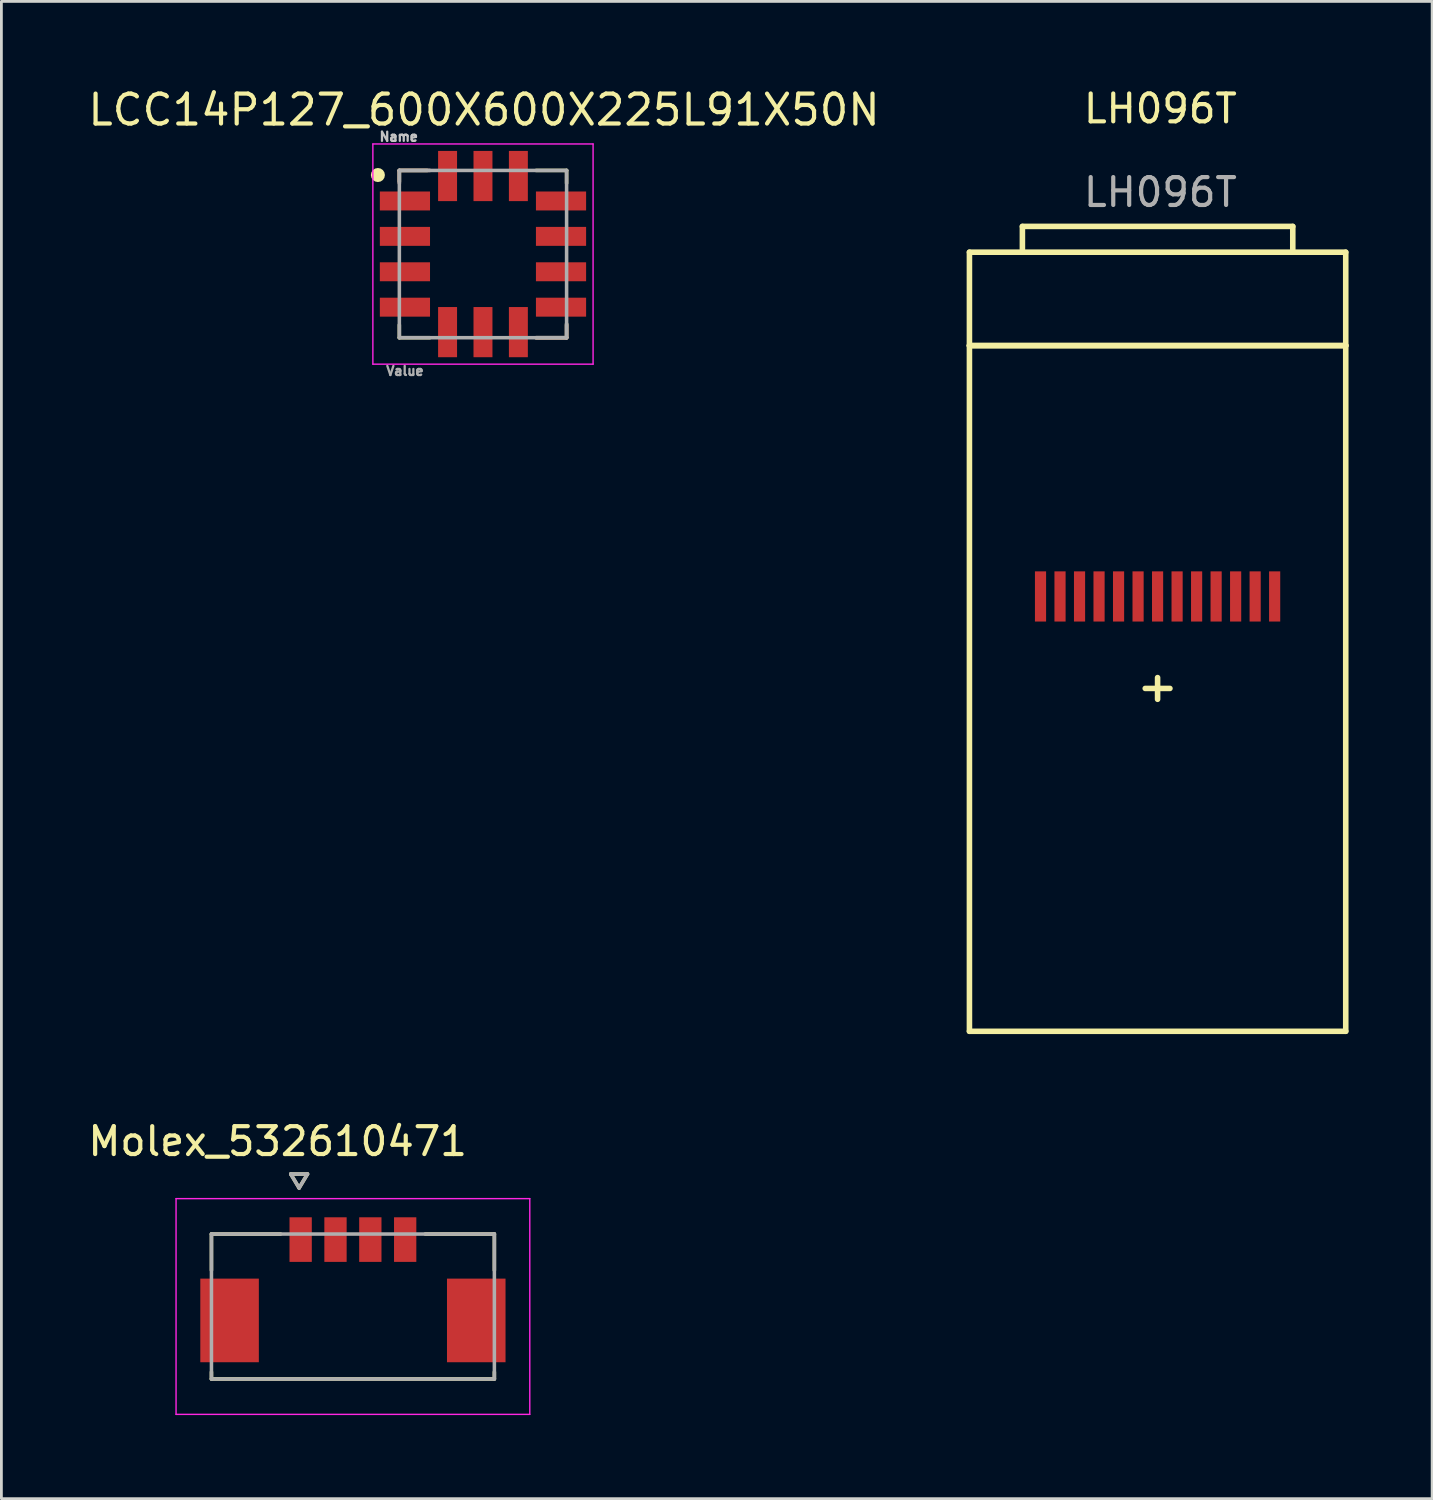
<source format=kicad_pcb>
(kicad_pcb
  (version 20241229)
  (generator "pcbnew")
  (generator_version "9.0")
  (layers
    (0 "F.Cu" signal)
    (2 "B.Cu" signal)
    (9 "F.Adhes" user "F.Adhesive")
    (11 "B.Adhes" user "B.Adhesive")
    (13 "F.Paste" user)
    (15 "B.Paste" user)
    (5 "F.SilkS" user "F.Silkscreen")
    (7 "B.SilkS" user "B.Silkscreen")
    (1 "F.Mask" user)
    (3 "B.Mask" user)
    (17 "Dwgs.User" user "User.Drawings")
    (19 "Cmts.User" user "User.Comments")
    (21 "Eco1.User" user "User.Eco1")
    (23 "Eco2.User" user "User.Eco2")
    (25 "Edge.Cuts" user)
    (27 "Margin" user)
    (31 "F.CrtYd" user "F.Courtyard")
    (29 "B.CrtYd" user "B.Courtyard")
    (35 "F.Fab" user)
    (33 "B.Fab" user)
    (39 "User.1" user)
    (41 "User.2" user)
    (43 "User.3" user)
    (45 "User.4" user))
  (footprint "LCC14P127_600X600X225L91X50N"
    (layer "F.Cu")
    (at 14.277 6.065)
    (property "Reference" "LCC14P127_600X600X225L91X50N" (at 0.038 -5.173 0) (layer "F.SilkS") (effects (font (size 1.074 1.074) (thickness 0.15))))
    (attr through_hole)
    (fp_line (start -3 -3) (end -2 -3) (stroke (width 0.127) (type solid)) (layer "F.SilkS"))
    (fp_line (start -3 -2.6) (end -3 -3) (stroke (width 0.127) (type solid)) (layer "F.SilkS"))
    (fp_line (start -3 3) (end -3 2.54) (stroke (width 0.127) (type solid)) (layer "F.SilkS"))
    (fp_line (start -3 3) (end -1.905 3) (stroke (width 0.127) (type solid)) (layer "F.SilkS"))
    (fp_line (start 3 -3) (end 1.905 -3) (stroke (width 0.127) (type solid)) (layer "F.SilkS"))
    (fp_line (start 3 -3) (end 3 -2.54) (stroke (width 0.127) (type solid)) (layer "F.SilkS"))
    (fp_line (start 3 2.5) (end 3 3) (stroke (width 0.127) (type solid)) (layer "F.SilkS"))
    (fp_line (start 3 3) (end 1.9 3) (stroke (width 0.127) (type solid)) (layer "F.SilkS"))
    (fp_circle (center -3.77 -2.836) (end -3.643 -2.836) (stroke (width 0.25) (type solid)) (fill no) (layer "F.SilkS"))
    (fp_line (start -3 -3) (end -3 -2.54) (stroke (width 0.127) (type solid)) (layer "B.SilkS"))
    (fp_line (start -3 -3) (end -1.905 -3) (stroke (width 0.127) (type solid)) (layer "B.SilkS"))
    (fp_line (start 3 3) (end 1.905 3) (stroke (width 0.127) (type solid)) (layer "B.SilkS"))
    (fp_line (start 3 3) (end 3 2.54) (stroke (width 0.127) (type solid)) (layer "B.SilkS"))
    (fp_line (start -3.95 -3.95) (end 3.95 -3.95) (stroke (width 0.05) (type solid)) (layer "F.CrtYd"))
    (fp_line (start -3.95 3.95) (end -3.95 -3.95) (stroke (width 0.05) (type solid)) (layer "F.CrtYd"))
    (fp_line (start 3.95 -3.95) (end 3.95 3.95) (stroke (width 0.05) (type solid)) (layer "F.CrtYd"))
    (fp_line (start 3.95 3.95) (end -3.95 3.95) (stroke (width 0.05) (type solid)) (layer "F.CrtYd"))
    (fp_line (start -3 -3) (end 3 -3) (stroke (width 0.127) (type solid)) (layer "F.Fab"))
    (fp_line (start -3 3) (end -3 -3) (stroke (width 0.127) (type solid)) (layer "F.Fab"))
    (fp_line (start 3 -3) (end 3 3) (stroke (width 0.127) (type solid)) (layer "F.Fab"))
    (fp_line (start 3 3) (end -3 3) (stroke (width 0.127) (type solid)) (layer "F.Fab"))
    (fp_text user "Name" (at -3.022 -4.21 0) (layer "Dwgs.User") (effects (font (size 0.328 0.328) (thickness 0.15))))
    (fp_text user "Value" (at -2.801 4.192 0) (layer "F.Fab") (effects (font (size 0.327 0.327) (thickness 0.15))))
    (pad "1" smd rect (at -2.8 -1.905) (size 1.8 0.68) (layers "F.Cu" "F.Mask" "F.Paste"))
    (pad "2" smd rect (at -2.8 -0.635) (size 1.8 0.68) (layers "F.Cu" "F.Mask" "F.Paste"))
    (pad "3" smd rect (at -2.8 0.635) (size 1.8 0.68) (layers "F.Cu" "F.Mask" "F.Paste"))
    (pad "4" smd rect (at -2.8 1.905) (size 1.8 0.68) (layers "F.Cu" "F.Mask" "F.Paste"))
    (pad "5" smd rect (at -1.27 2.8 90) (size 1.8 0.68) (layers "F.Cu" "F.Mask" "F.Paste"))
    (pad "6" smd rect (at 0 2.8 90) (size 1.8 0.68) (layers "F.Cu" "F.Mask" "F.Paste"))
    (pad "7" smd rect (at 1.27 2.8 90) (size 1.8 0.68) (layers "F.Cu" "F.Mask" "F.Paste"))
    (pad "8" smd rect (at 2.8 1.905 180) (size 1.8 0.68) (layers "F.Cu" "F.Mask" "F.Paste"))
    (pad "9" smd rect (at 2.8 0.635 180) (size 1.8 0.68) (layers "F.Cu" "F.Mask" "F.Paste"))
    (pad "10" smd rect (at 2.8 -0.635 180) (size 1.8 0.68) (layers "F.Cu" "F.Mask" "F.Paste"))
    (pad "11" smd rect (at 2.8 -1.905 180) (size 1.8 0.68) (layers "F.Cu" "F.Mask" "F.Paste"))
    (pad "12" smd rect (at 1.27 -2.8 270) (size 1.8 0.68) (layers "F.Cu" "F.Mask" "F.Paste"))
    (pad "13" smd rect (at 0 -2.8 270) (size 1.8 0.68) (layers "F.Cu" "F.Mask" "F.Paste"))
    (pad "14" smd rect (at -1.27 -2.8 270) (size 1.8 0.68) (layers "F.Cu" "F.Mask" "F.Paste")))
  (footprint "Molex_532610471"
    (layer "F.Cu")
    (at 9.611 43.821)
    (property "Reference" "Molex_532610471" (at -2.7 -5.924 0) (layer "F.SilkS") (effects (font (size 1 1) (thickness 0.15))))
    (attr smd)
    (fp_poly (pts (xy -5.551 -1.076) (xy -3.299 -1.076) (xy -3.299 2.076) (xy -5.551 2.076)) (stroke (width 0.01) (type solid)) (fill yes) (layer "F.Mask"))
    (fp_poly (pts (xy -2.351 -3.276) (xy -1.399 -3.276) (xy -1.399 -1.524) (xy -2.351 -1.524)) (stroke (width 0.01) (type solid)) (fill yes) (layer "F.Mask"))
    (fp_poly (pts (xy -1.101 -3.276) (xy -0.149 -3.276) (xy -0.149 -1.524) (xy -1.101 -1.524)) (stroke (width 0.01) (type solid)) (fill yes) (layer "F.Mask"))
    (fp_poly (pts (xy 0.149 -3.276) (xy 1.101 -3.276) (xy 1.101 -1.524) (xy 0.149 -1.524)) (stroke (width 0.01) (type solid)) (fill yes) (layer "F.Mask"))
    (fp_poly (pts (xy 1.399 -3.276) (xy 2.351 -3.276) (xy 2.351 -1.524) (xy 1.399 -1.524)) (stroke (width 0.01) (type solid)) (fill yes) (layer "F.Mask"))
    (fp_poly (pts (xy 3.299 -1.076) (xy 5.551 -1.076) (xy 5.551 2.076) (xy 3.299 2.076)) (stroke (width 0.01) (type solid)) (fill yes) (layer "F.Mask"))
    (fp_line (start -5.075 -2.6) (end -2.595 -2.6) (stroke (width 0.127) (type solid)) (layer "F.SilkS"))
    (fp_line (start -5.075 -1.3) (end -5.075 -2.6) (stroke (width 0.127) (type solid)) (layer "F.SilkS"))
    (fp_line (start -5.075 2.6) (end -5.075 2.35) (stroke (width 0.127) (type solid)) (layer "F.SilkS"))
    (fp_line (start -5.075 2.6) (end 5.075 2.6) (stroke (width 0.127) (type solid)) (layer "F.SilkS"))
    (fp_line (start -2.23 -4.752) (end -1.63 -4.752) (stroke (width 0.127) (type solid)) (layer "F.SilkS"))
    (fp_line (start -1.93 -4.252) (end -2.23 -4.752) (stroke (width 0.127) (type solid)) (layer "F.SilkS"))
    (fp_line (start -1.63 -4.752) (end -1.93 -4.252) (stroke (width 0.127) (type solid)) (layer "F.SilkS"))
    (fp_line (start 2.595 -2.6) (end 5.075 -2.6) (stroke (width 0.127) (type solid)) (layer "F.SilkS"))
    (fp_line (start 5.075 -2.6) (end 5.075 -1.3) (stroke (width 0.127) (type solid)) (layer "F.SilkS"))
    (fp_line (start 5.075 2.6) (end 5.075 2.35) (stroke (width 0.127) (type solid)) (layer "F.SilkS"))
    (fp_line (start -6.345 3.87) (end -6.345 -3.87) (stroke (width 0.05) (type solid)) (layer "F.CrtYd"))
    (fp_line (start 6.345 -3.87) (end -6.345 -3.87) (stroke (width 0.05) (type solid)) (layer "F.CrtYd"))
    (fp_line (start 6.345 -3.87) (end 6.345 3.87) (stroke (width 0.05) (type solid)) (layer "F.CrtYd"))
    (fp_line (start 6.345 3.87) (end -6.345 3.87) (stroke (width 0.05) (type solid)) (layer "F.CrtYd"))
    (fp_line (start -5.075 -2.6) (end 5.075 -2.6) (stroke (width 0.127) (type solid)) (layer "F.Fab"))
    (fp_line (start -5.075 2.6) (end -5.075 -2.6) (stroke (width 0.127) (type solid)) (layer "F.Fab"))
    (fp_line (start -2.23 -4.752) (end -1.63 -4.752) (stroke (width 0.127) (type solid)) (layer "F.Fab"))
    (fp_line (start -1.93 -4.252) (end -2.23 -4.752) (stroke (width 0.127) (type solid)) (layer "F.Fab"))
    (fp_line (start -1.63 -4.752) (end -1.93 -4.252) (stroke (width 0.127) (type solid)) (layer "F.Fab"))
    (fp_line (start 5.075 -2.6) (end 5.075 2.6) (stroke (width 0.127) (type solid)) (layer "F.Fab"))
    (fp_line (start 5.075 2.6) (end -5.075 2.6) (stroke (width 0.127) (type solid)) (layer "F.Fab"))
    (pad "1" smd rect (at -1.875 -2.4) (size 0.8 1.6) (layers "F.Cu" "F.Paste"))
    (pad "2" smd rect (at -0.625 -2.4) (size 0.8 1.6) (layers "F.Cu" "F.Paste"))
    (pad "3" smd rect (at 0.625 -2.4) (size 0.8 1.6) (layers "F.Cu" "F.Paste"))
    (pad "4" smd rect (at 1.875 -2.4) (size 0.8 1.6) (layers "F.Cu" "F.Paste"))
    (pad "S1" smd rect (at -4.425 0.5) (size 2.1 3) (layers "F.Cu" "F.Paste"))
    (pad "S2" smd rect (at 4.425 0.5) (size 2.1 3) (layers "F.Cu" "F.Paste")))
  (footprint "LH096T"
    (layer "F.Cu")
    (at 38.479 21.648)
    (property "Reference" "LH096T" (at 0.1 -20.8 0) (unlocked yes) (layer "F.SilkS") (effects (font (size 1 1) (thickness 0.15))))
    (attr smd)
    (fp_line (start -6.75 -15.65) (end 6.75 -15.65) (stroke (width 0.2) (type solid)) (layer "F.SilkS"))
    (fp_line (start -6.75 -12.3) (end -6.75 -15.65) (stroke (width 0.2) (type solid)) (layer "F.SilkS"))
    (fp_line (start -6.75 -12.3) (end 6.75 -12.3) (stroke (width 0.2) (type solid)) (layer "F.SilkS"))
    (fp_line (start -6.75 12.3) (end -6.75 -12.3) (stroke (width 0.2) (type solid)) (layer "F.SilkS"))
    (fp_line (start -4.85 -15.75) (end -4.85 -16.575) (stroke (width 0.2) (type solid)) (layer "F.SilkS"))
    (fp_line (start 0 -0.389) (end 0 0.389) (stroke (width 0.2) (type solid)) (layer "F.SilkS"))
    (fp_line (start 0.443 0) (end -0.443 0) (stroke (width 0.2) (type solid)) (layer "F.SilkS"))
    (fp_line (start 4.85 -16.575) (end -4.85 -16.575) (stroke (width 0.2) (type solid)) (layer "F.SilkS"))
    (fp_line (start 4.85 -16.575) (end 4.85 -15.75) (stroke (width 0.2) (type solid)) (layer "F.SilkS"))
    (fp_line (start 6.75 -15.65) (end 6.75 -12.3) (stroke (width 0.2) (type solid)) (layer "F.SilkS"))
    (fp_line (start 6.75 -12.3) (end -6.75 -12.3) (stroke (width 0.2) (type solid)) (layer "F.SilkS"))
    (fp_line (start 6.75 -12.3) (end 6.75 12.3) (stroke (width 0.2) (type solid)) (layer "F.SilkS"))
    (fp_line (start 6.75 12.3) (end -6.75 12.3) (stroke (width 0.2) (type solid)) (layer "F.SilkS"))
    (fp_text user "${REFERENCE}" (at 0.1 -17.8 0) (unlocked yes) (layer "F.Fab") (effects (font (size 1 1) (thickness 0.15))))
    (pad "1" smd rect (at -4.2 -3.3 180) (size 0.4 1.8) (layers "F.Cu" "F.Mask" "F.Paste"))
    (pad "2" smd rect (at -3.5 -3.3 180) (size 0.4 1.8) (layers "F.Cu" "F.Mask" "F.Paste"))
    (pad "3" smd rect (at -2.8 -3.3 180) (size 0.4 1.8) (layers "F.Cu" "F.Mask" "F.Paste"))
    (pad "4" smd rect (at -2.1 -3.3 180) (size 0.4 1.8) (layers "F.Cu" "F.Mask" "F.Paste"))
    (pad "5" smd rect (at -1.4 -3.3 180) (size 0.4 1.8) (layers "F.Cu" "F.Mask" "F.Paste"))
    (pad "6" smd rect (at -0.7 -3.3 180) (size 0.4 1.8) (layers "F.Cu" "F.Mask" "F.Paste"))
    (pad "7" smd rect (at 0 -3.3 180) (size 0.4 1.8) (layers "F.Cu" "F.Mask" "F.Paste"))
    (pad "8" smd rect (at 0.7 -3.3 180) (size 0.4 1.8) (layers "F.Cu" "F.Mask" "F.Paste"))
    (pad "9" smd rect (at 1.4 -3.3 180) (size 0.4 1.8) (layers "F.Cu" "F.Mask" "F.Paste"))
    (pad "10" smd rect (at 2.1 -3.3 180) (size 0.4 1.8) (layers "F.Cu" "F.Mask" "F.Paste"))
    (pad "11" smd rect (at 2.8 -3.3 180) (size 0.4 1.8) (layers "F.Cu" "F.Mask" "F.Paste"))
    (pad "12" smd rect (at 3.5 -3.3 180) (size 0.4 1.8) (layers "F.Cu" "F.Mask" "F.Paste"))
    (pad "13" smd rect (at 4.2 -3.3 180) (size 0.4 1.8) (layers "F.Cu" "F.Mask" "F.Paste")))
  (gr_rect
    (start -3 -3)
    (end 48.329 50.715)
    (stroke (width 0.1) (type default))
    (fill no)
    (layer "Edge.Cuts")))
</source>
